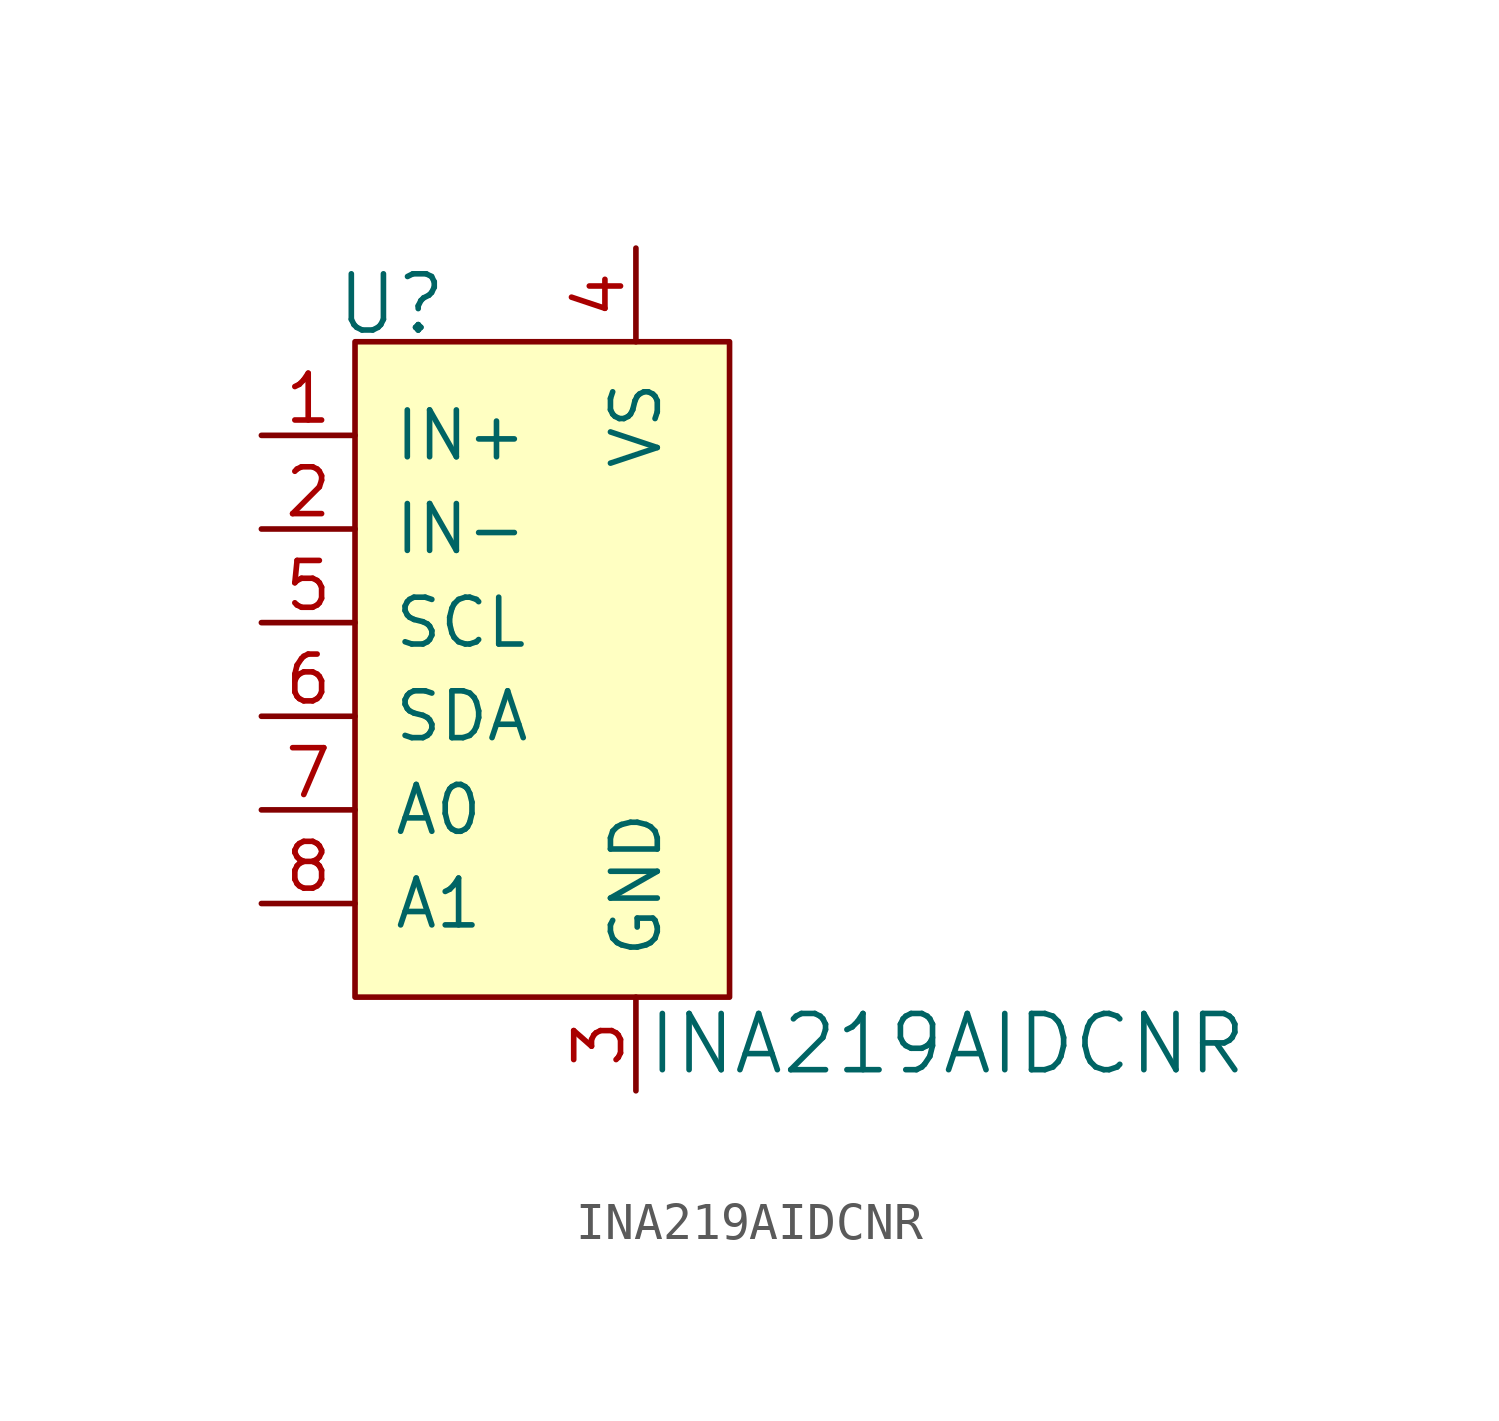
<source format=kicad_sym>
(kicad_symbol_lib
  (version 20220914)
  (generator kicad_symbol_editor)
  (symbol "INA219AIDCNR"
    (pin_names
      (offset 1.016))
    (property "Reference" "U"
      (at -5.08 8.636 0)
      (effects (font (size 1.524 1.524)) (justify right)))
    (property "Value" "INA219AIDCNR"
      (at 0.254 -11.43 0)
      (effects (font (size 1.524 1.524)) (justify left)))
    (symbol "INA219AIDCNR_0_1"
      (rectangle (start -7.62 7.62) (end 2.54 -10.16) (stroke (width 0) (type solid)) (fill (type background))))
    (symbol "INA219AIDCNR_1_1"
      (pin input line (at -10.16 5.08 0) (length 2.54) (name "IN+" (effects (font (size 1.27 1.27)))) (number "1" (effects (font (size 1.27 1.27)))))
      (pin input line (at -10.16 2.54 0) (length 2.54) (name "IN-" (effects (font (size 1.27 1.27)))) (number "2" (effects (font (size 1.27 1.27)))))
      (pin power_in line (at 0 -12.7 90) (length 2.54) (name "GND" (effects (font (size 1.27 1.27)))) (number "3" (effects (font (size 1.27 1.27)))))
      (pin power_in line (at 0 10.16 270) (length 2.54) (name "VS" (effects (font (size 1.27 1.27)))) (number "4" (effects (font (size 1.27 1.27)))))
      (pin input line (at -10.16 0 0) (length 2.54) (name "SCL" (effects (font (size 1.27 1.27)))) (number "5" (effects (font (size 1.27 1.27)))))
      (pin bidirectional line (at -10.16 -2.54 0) (length 2.54) (name "SDA" (effects (font (size 1.27 1.27)))) (number "6" (effects (font (size 1.27 1.27)))))
      (pin input line (at -10.16 -5.08 0) (length 2.54) (name "A0" (effects (font (size 1.27 1.27)))) (number "7" (effects (font (size 1.27 1.27)))))
      (pin input line (at -10.16 -7.62 0) (length 2.54) (name "A1" (effects (font (size 1.27 1.27)))) (number "8" (effects (font (size 1.27 1.27))))))))
</source>
